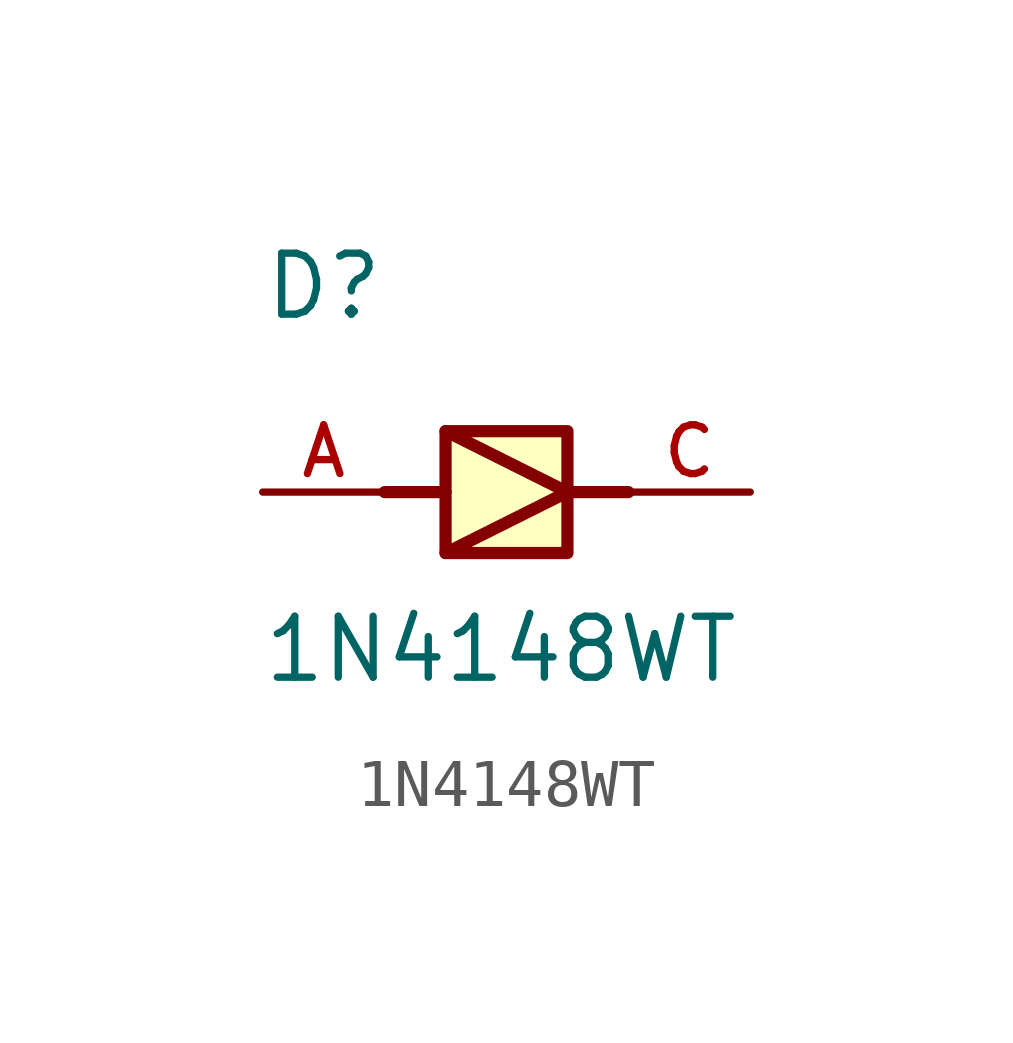
<source format=kicad_sym>
(kicad_symbol_lib
  (version 20211014)
  (generator kicad_symbol_editor)
  (symbol "1N4148WT"
    (pin_names
      (offset 1.016))
    (property "Reference" "D"
      (at -5.087 3.545 0.0)
      (effects (font (size 1.27 1.27)) (justify bottom left)))
    (property "Value" "1N4148WT"
      (at -5.117 -4.02 0.0)
      (effects (font (size 1.27 1.27)) (justify bottom left)))
    (symbol "1N4148WT_0_0"
      (polyline (pts (xy -1.27 -1.27) (xy 1.27 0.0)) (stroke (width 0.254)))
      (polyline (pts (xy 1.27 0.0) (xy -1.27 1.27)) (stroke (width 0.254)))
      (polyline (pts (xy -1.27 0.0) (xy -2.54 0.0)) (stroke (width 0.254)))
      (polyline (pts (xy 1.27 0.0) (xy 2.54 0.0)) (stroke (width 0.254)))
      (rectangle (start -1.27 -1.27) (end 1.27 1.27) (stroke (width 0.254)) (fill (type background)))
      (pin passive line (at -5.08 0.0 0) (length 2.54) (name "~" (effects (font (size 1.016 1.016)))) (number "A" (effects (font (size 1.016 1.016)))))
      (pin passive line (at 5.08 0.0 180.0) (length 2.54) (name "~" (effects (font (size 1.016 1.016)))) (number "C" (effects (font (size 1.016 1.016))))))))
</source>
